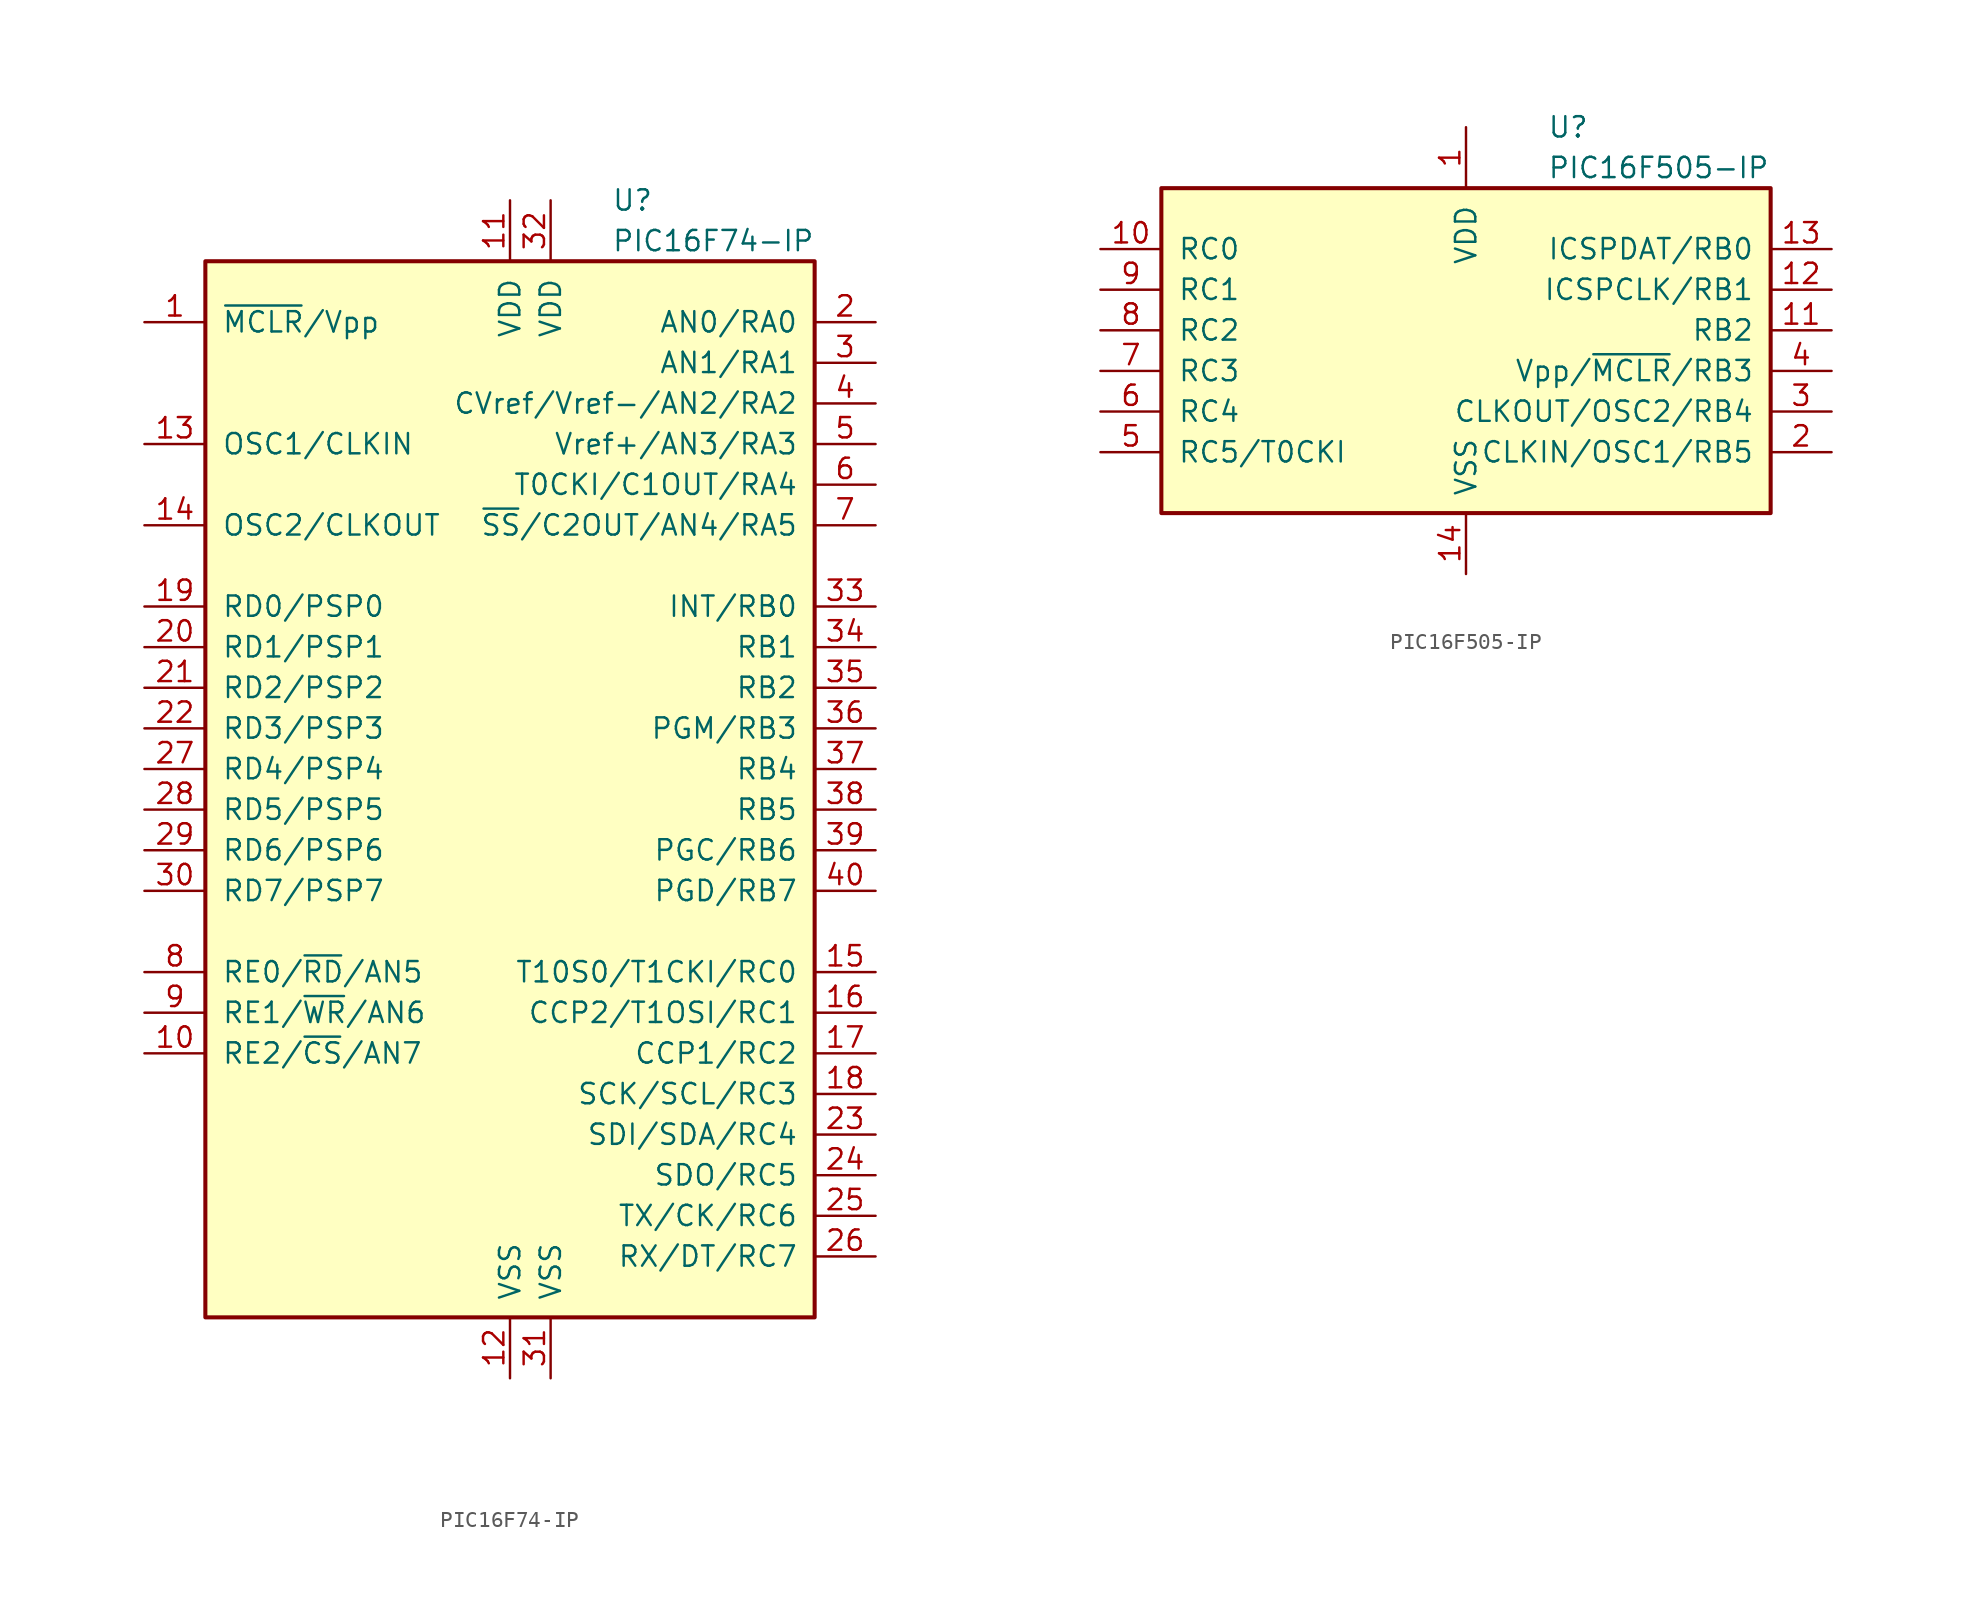
<source format=kicad_sym>
(kicad_symbol_lib
  (version 20200908)
  (generator kicad_symbol_editor)
  (symbol "MCU_Microchip_PIC16:PIC16F74-IP"
    (pin_names
      (offset 1.016))
    (property "Reference" "U"
      (at 6.35 35.56 0)
      (effects (font (size 1.27 1.27)) (justify left)))
    (property "Value" "PIC16F74-IP"
      (at 6.35 33.02 0)
      (effects (font (size 1.27 1.27)) (justify left)))
    (symbol "PIC16F74-IP_0_1"
      (rectangle (start -19.05 -34.29) (end 19.05 31.75) (stroke (width 0.254)) (fill (type background))))
    (symbol "PIC16F74-IP_1_1"
      (pin input line (at -22.86 27.94 0) (length 3.81) (name "~MCLR~/Vpp" (effects (font (size 1.27 1.27)))) (number "1" (effects (font (size 1.27 1.27)))))
      (pin bidirectional line (at -22.86 -17.78 0) (length 3.81) (name "RE2/~CS~/AN7" (effects (font (size 1.27 1.27)))) (number "10" (effects (font (size 1.27 1.27)))))
      (pin power_in line (at 0 35.56 270) (length 3.81) (name "VDD" (effects (font (size 1.27 1.27)))) (number "11" (effects (font (size 1.27 1.27)))))
      (pin power_in line (at 0 -38.1 90) (length 3.81) (name "VSS" (effects (font (size 1.27 1.27)))) (number "12" (effects (font (size 1.27 1.27)))))
      (pin input line (at -22.86 20.32 0) (length 3.81) (name "OSC1/CLKIN" (effects (font (size 1.27 1.27)))) (number "13" (effects (font (size 1.27 1.27)))))
      (pin output line (at -22.86 15.24 0) (length 3.81) (name "OSC2/CLKOUT" (effects (font (size 1.27 1.27)))) (number "14" (effects (font (size 1.27 1.27)))))
      (pin bidirectional line (at 22.86 -12.7 180) (length 3.81) (name "T10S0/T1CKI/RC0" (effects (font (size 1.27 1.27)))) (number "15" (effects (font (size 1.27 1.27)))))
      (pin bidirectional line (at 22.86 -15.24 180) (length 3.81) (name "CCP2/T1OSI/RC1" (effects (font (size 1.27 1.27)))) (number "16" (effects (font (size 1.27 1.27)))))
      (pin bidirectional line (at 22.86 -17.78 180) (length 3.81) (name "CCP1/RC2" (effects (font (size 1.27 1.27)))) (number "17" (effects (font (size 1.27 1.27)))))
      (pin bidirectional line (at 22.86 -20.32 180) (length 3.81) (name "SCK/SCL/RC3" (effects (font (size 1.27 1.27)))) (number "18" (effects (font (size 1.27 1.27)))))
      (pin bidirectional line (at -22.86 10.16 0) (length 3.81) (name "RD0/PSP0" (effects (font (size 1.27 1.27)))) (number "19" (effects (font (size 1.27 1.27)))))
      (pin bidirectional line (at 22.86 27.94 180) (length 3.81) (name "AN0/RA0" (effects (font (size 1.27 1.27)))) (number "2" (effects (font (size 1.27 1.27)))))
      (pin bidirectional line (at -22.86 7.62 0) (length 3.81) (name "RD1/PSP1" (effects (font (size 1.27 1.27)))) (number "20" (effects (font (size 1.27 1.27)))))
      (pin bidirectional line (at -22.86 5.08 0) (length 3.81) (name "RD2/PSP2" (effects (font (size 1.27 1.27)))) (number "21" (effects (font (size 1.27 1.27)))))
      (pin bidirectional line (at -22.86 2.54 0) (length 3.81) (name "RD3/PSP3" (effects (font (size 1.27 1.27)))) (number "22" (effects (font (size 1.27 1.27)))))
      (pin bidirectional line (at 22.86 -22.86 180) (length 3.81) (name "SDI/SDA/RC4" (effects (font (size 1.27 1.27)))) (number "23" (effects (font (size 1.27 1.27)))))
      (pin bidirectional line (at 22.86 -25.4 180) (length 3.81) (name "SDO/RC5" (effects (font (size 1.27 1.27)))) (number "24" (effects (font (size 1.27 1.27)))))
      (pin bidirectional line (at 22.86 -27.94 180) (length 3.81) (name "TX/CK/RC6" (effects (font (size 1.27 1.27)))) (number "25" (effects (font (size 1.27 1.27)))))
      (pin bidirectional line (at 22.86 -30.48 180) (length 3.81) (name "RX/DT/RC7" (effects (font (size 1.27 1.27)))) (number "26" (effects (font (size 1.27 1.27)))))
      (pin bidirectional line (at -22.86 0 0) (length 3.81) (name "RD4/PSP4" (effects (font (size 1.27 1.27)))) (number "27" (effects (font (size 1.27 1.27)))))
      (pin bidirectional line (at -22.86 -2.54 0) (length 3.81) (name "RD5/PSP5" (effects (font (size 1.27 1.27)))) (number "28" (effects (font (size 1.27 1.27)))))
      (pin bidirectional line (at -22.86 -5.08 0) (length 3.81) (name "RD6/PSP6" (effects (font (size 1.27 1.27)))) (number "29" (effects (font (size 1.27 1.27)))))
      (pin bidirectional line (at 22.86 25.4 180) (length 3.81) (name "AN1/RA1" (effects (font (size 1.27 1.27)))) (number "3" (effects (font (size 1.27 1.27)))))
      (pin bidirectional line (at -22.86 -7.62 0) (length 3.81) (name "RD7/PSP7" (effects (font (size 1.27 1.27)))) (number "30" (effects (font (size 1.27 1.27)))))
      (pin power_in line (at 2.54 -38.1 90) (length 3.81) (name "VSS" (effects (font (size 1.27 1.27)))) (number "31" (effects (font (size 1.27 1.27)))))
      (pin power_in line (at 2.54 35.56 270) (length 3.81) (name "VDD" (effects (font (size 1.27 1.27)))) (number "32" (effects (font (size 1.27 1.27)))))
      (pin bidirectional line (at 22.86 10.16 180) (length 3.81) (name "INT/RB0" (effects (font (size 1.27 1.27)))) (number "33" (effects (font (size 1.27 1.27)))))
      (pin bidirectional line (at 22.86 7.62 180) (length 3.81) (name "RB1" (effects (font (size 1.27 1.27)))) (number "34" (effects (font (size 1.27 1.27)))))
      (pin bidirectional line (at 22.86 5.08 180) (length 3.81) (name "RB2" (effects (font (size 1.27 1.27)))) (number "35" (effects (font (size 1.27 1.27)))))
      (pin bidirectional line (at 22.86 2.54 180) (length 3.81) (name "PGM/RB3" (effects (font (size 1.27 1.27)))) (number "36" (effects (font (size 1.27 1.27)))))
      (pin bidirectional line (at 22.86 0 180) (length 3.81) (name "RB4" (effects (font (size 1.27 1.27)))) (number "37" (effects (font (size 1.27 1.27)))))
      (pin bidirectional line (at 22.86 -2.54 180) (length 3.81) (name "RB5" (effects (font (size 1.27 1.27)))) (number "38" (effects (font (size 1.27 1.27)))))
      (pin bidirectional line (at 22.86 -5.08 180) (length 3.81) (name "PGC/RB6" (effects (font (size 1.27 1.27)))) (number "39" (effects (font (size 1.27 1.27)))))
      (pin bidirectional line (at 22.86 22.86 180) (length 3.81) (name "CVref/Vref-/AN2/RA2" (effects (font (size 1.27 1.27)))) (number "4" (effects (font (size 1.27 1.27)))))
      (pin bidirectional line (at 22.86 -7.62 180) (length 3.81) (name "PGD/RB7" (effects (font (size 1.27 1.27)))) (number "40" (effects (font (size 1.27 1.27)))))
      (pin bidirectional line (at 22.86 20.32 180) (length 3.81) (name "Vref+/AN3/RA3" (effects (font (size 1.27 1.27)))) (number "5" (effects (font (size 1.27 1.27)))))
      (pin bidirectional line (at 22.86 17.78 180) (length 3.81) (name "T0CKI/C1OUT/RA4" (effects (font (size 1.27 1.27)))) (number "6" (effects (font (size 1.27 1.27)))))
      (pin bidirectional line (at 22.86 15.24 180) (length 3.81) (name "~SS~/C2OUT/AN4/RA5" (effects (font (size 1.27 1.27)))) (number "7" (effects (font (size 1.27 1.27)))))
      (pin bidirectional line (at -22.86 -12.7 0) (length 3.81) (name "RE0/~RD~/AN5" (effects (font (size 1.27 1.27)))) (number "8" (effects (font (size 1.27 1.27)))))
      (pin bidirectional line (at -22.86 -15.24 0) (length 3.81) (name "RE1/~WR~/AN6" (effects (font (size 1.27 1.27)))) (number "9" (effects (font (size 1.27 1.27)))))))
  (symbol "MCU_Microchip_PIC16:PIC16F505-IP"
    (pin_names
      (offset 1.016))
    (property "Reference" "U"
      (at 5.08 12.7 0)
      (effects (font (size 1.27 1.27)) (justify left)))
    (property "Value" "PIC16F505-IP"
      (at 5.08 10.16 0)
      (effects (font (size 1.27 1.27)) (justify left)))
    (symbol "PIC16F505-IP_0_1"
      (rectangle (start -19.05 8.89) (end 19.05 -11.43) (stroke (width 0.254)) (fill (type background))))
    (symbol "PIC16F505-IP_1_1"
      (pin power_in line (at 0 12.7 270) (length 3.81) (name "VDD" (effects (font (size 1.27 1.27)))) (number "1" (effects (font (size 1.27 1.27)))))
      (pin bidirectional line (at -22.86 5.08 0) (length 3.81) (name "RC0" (effects (font (size 1.27 1.27)))) (number "10" (effects (font (size 1.27 1.27)))))
      (pin bidirectional line (at 22.86 0 180) (length 3.81) (name "RB2" (effects (font (size 1.27 1.27)))) (number "11" (effects (font (size 1.27 1.27)))))
      (pin bidirectional line (at 22.86 2.54 180) (length 3.81) (name "ICSPCLK/RB1" (effects (font (size 1.27 1.27)))) (number "12" (effects (font (size 1.27 1.27)))))
      (pin bidirectional line (at 22.86 5.08 180) (length 3.81) (name "ICSPDAT/RB0" (effects (font (size 1.27 1.27)))) (number "13" (effects (font (size 1.27 1.27)))))
      (pin power_in line (at 0 -15.24 90) (length 3.81) (name "VSS" (effects (font (size 1.27 1.27)))) (number "14" (effects (font (size 1.27 1.27)))))
      (pin bidirectional line (at 22.86 -7.62 180) (length 3.81) (name "CLKIN/OSC1/RB5" (effects (font (size 1.27 1.27)))) (number "2" (effects (font (size 1.27 1.27)))))
      (pin bidirectional line (at 22.86 -5.08 180) (length 3.81) (name "CLKOUT/OSC2/RB4" (effects (font (size 1.27 1.27)))) (number "3" (effects (font (size 1.27 1.27)))))
      (pin input line (at 22.86 -2.54 180) (length 3.81) (name "Vpp/~MCLR~/RB3" (effects (font (size 1.27 1.27)))) (number "4" (effects (font (size 1.27 1.27)))))
      (pin bidirectional line (at -22.86 -7.62 0) (length 3.81) (name "RC5/T0CKI" (effects (font (size 1.27 1.27)))) (number "5" (effects (font (size 1.27 1.27)))))
      (pin bidirectional line (at -22.86 -5.08 0) (length 3.81) (name "RC4" (effects (font (size 1.27 1.27)))) (number "6" (effects (font (size 1.27 1.27)))))
      (pin bidirectional line (at -22.86 -2.54 0) (length 3.81) (name "RC3" (effects (font (size 1.27 1.27)))) (number "7" (effects (font (size 1.27 1.27)))))
      (pin bidirectional line (at -22.86 0 0) (length 3.81) (name "RC2" (effects (font (size 1.27 1.27)))) (number "8" (effects (font (size 1.27 1.27)))))
      (pin bidirectional line (at -22.86 2.54 0) (length 3.81) (name "RC1" (effects (font (size 1.27 1.27)))) (number "9" (effects (font (size 1.27 1.27))))))))
</source>
